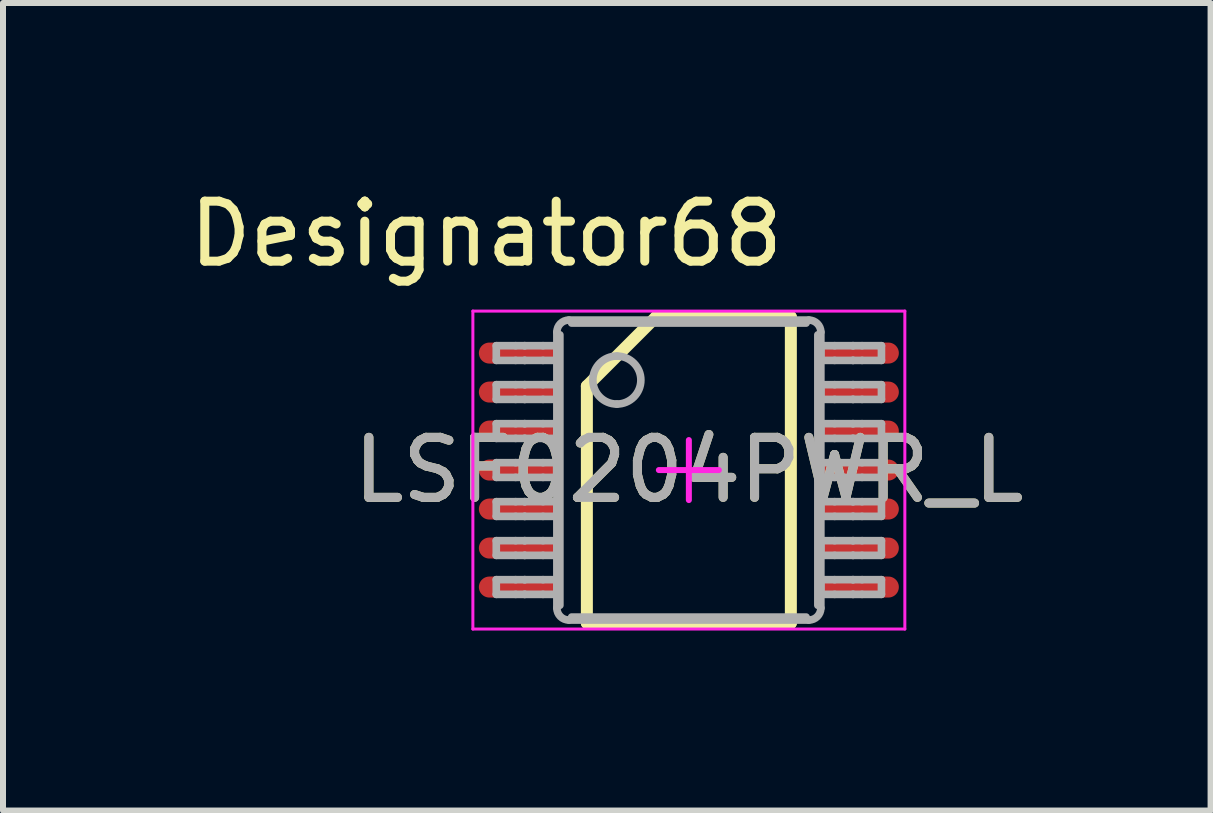
<source format=kicad_pcb>
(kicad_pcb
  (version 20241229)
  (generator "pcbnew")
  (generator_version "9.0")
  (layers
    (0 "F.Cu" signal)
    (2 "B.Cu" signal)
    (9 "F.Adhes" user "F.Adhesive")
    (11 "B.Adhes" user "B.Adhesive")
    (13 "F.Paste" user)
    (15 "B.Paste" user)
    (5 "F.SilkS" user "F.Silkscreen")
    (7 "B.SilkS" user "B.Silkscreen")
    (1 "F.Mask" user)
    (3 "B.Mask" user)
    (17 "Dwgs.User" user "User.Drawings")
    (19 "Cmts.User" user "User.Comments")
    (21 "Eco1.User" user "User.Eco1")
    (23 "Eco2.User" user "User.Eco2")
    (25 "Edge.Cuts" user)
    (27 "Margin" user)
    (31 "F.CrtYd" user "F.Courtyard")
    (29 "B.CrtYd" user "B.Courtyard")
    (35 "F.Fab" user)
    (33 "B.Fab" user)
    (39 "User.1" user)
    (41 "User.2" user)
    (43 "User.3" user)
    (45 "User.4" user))
  (footprint "LSF0204PWR_L"
    (layer "F.Cu")
    (at 8.432 4.785)
    (property "Reference" "LSF0204PWR_L" (at 0 0 0) (unlocked yes) (layer "F.SilkS") (effects (font (size 1 1) (thickness 0.15))))
    (attr smd)
    (fp_line (start -1.7 -1.4) (end -0.55 -2.55) (stroke (width 0.2) (type solid)) (layer "F.SilkS"))
    (fp_line (start -1.7 2.55) (end -1.7 -1.4) (stroke (width 0.2) (type solid)) (layer "F.SilkS"))
    (fp_line (start -1.7 2.55) (end 1.7 2.55) (stroke (width 0.2) (type solid)) (layer "F.SilkS"))
    (fp_line (start -0.55 -2.55) (end 1.7 -2.55) (stroke (width 0.2) (type solid)) (layer "F.SilkS"))
    (fp_line (start 1.7 2.55) (end 1.7 -2.55) (stroke (width 0.2) (type solid)) (layer "F.SilkS"))
    (fp_line (start -3.6 -2.65) (end 3.6 -2.65) (stroke (width 0.05) (type solid)) (layer "F.CrtYd"))
    (fp_line (start -3.6 2.65) (end -3.6 -2.65) (stroke (width 0.05) (type solid)) (layer "F.CrtYd"))
    (fp_line (start -3.6 2.65) (end 3.6 2.65) (stroke (width 0.05) (type solid)) (layer "F.CrtYd"))
    (fp_line (start -0.5 0) (end 0.5 0) (stroke (width 0.1) (type solid)) (layer "F.CrtYd"))
    (fp_line (start 0 0.5) (end 0 -0.5) (stroke (width 0.1) (type solid)) (layer "F.CrtYd"))
    (fp_line (start 3.6 2.65) (end 3.6 -2.65) (stroke (width 0.05) (type solid)) (layer "F.CrtYd"))
    (fp_line (start -3.21 -2.073) (end -2.887 -2.073) (stroke (width 0.127) (type solid)) (layer "F.Fab"))
    (fp_line (start -3.21 -1.828) (end -3.21 -2.073) (stroke (width 0.127) (type solid)) (layer "F.Fab"))
    (fp_line (start -3.21 -1.828) (end -2.887 -1.828) (stroke (width 0.127) (type solid)) (layer "F.Fab"))
    (fp_line (start -3.21 -1.423) (end -2.887 -1.423) (stroke (width 0.127) (type solid)) (layer "F.Fab"))
    (fp_line (start -3.21 -1.178) (end -3.21 -1.423) (stroke (width 0.127) (type solid)) (layer "F.Fab"))
    (fp_line (start -3.21 -1.178) (end -2.887 -1.178) (stroke (width 0.127) (type solid)) (layer "F.Fab"))
    (fp_line (start -3.21 -0.773) (end -2.887 -0.773) (stroke (width 0.127) (type solid)) (layer "F.Fab"))
    (fp_line (start -3.21 -0.528) (end -3.21 -0.773) (stroke (width 0.127) (type solid)) (layer "F.Fab"))
    (fp_line (start -3.21 -0.528) (end -2.887 -0.528) (stroke (width 0.127) (type solid)) (layer "F.Fab"))
    (fp_line (start -3.21 -0.123) (end -2.887 -0.123) (stroke (width 0.127) (type solid)) (layer "F.Fab"))
    (fp_line (start -3.21 0.122) (end -3.21 -0.123) (stroke (width 0.127) (type solid)) (layer "F.Fab"))
    (fp_line (start -3.21 0.122) (end -2.887 0.122) (stroke (width 0.127) (type solid)) (layer "F.Fab"))
    (fp_line (start -3.21 0.527) (end -2.887 0.527) (stroke (width 0.127) (type solid)) (layer "F.Fab"))
    (fp_line (start -3.21 0.772) (end -3.21 0.527) (stroke (width 0.127) (type solid)) (layer "F.Fab"))
    (fp_line (start -3.21 0.772) (end -2.887 0.772) (stroke (width 0.127) (type solid)) (layer "F.Fab"))
    (fp_line (start -3.21 1.177) (end -2.887 1.177) (stroke (width 0.127) (type solid)) (layer "F.Fab"))
    (fp_line (start -3.21 1.422) (end -3.21 1.177) (stroke (width 0.127) (type solid)) (layer "F.Fab"))
    (fp_line (start -3.21 1.422) (end -2.887 1.422) (stroke (width 0.127) (type solid)) (layer "F.Fab"))
    (fp_line (start -3.21 1.827) (end -2.887 1.827) (stroke (width 0.127) (type solid)) (layer "F.Fab"))
    (fp_line (start -3.21 2.072) (end -3.21 1.827) (stroke (width 0.127) (type solid)) (layer "F.Fab"))
    (fp_line (start -3.21 2.072) (end -2.887 2.072) (stroke (width 0.127) (type solid)) (layer "F.Fab"))
    (fp_line (start -2.887 -2.073) (end -2.739 -2.073) (stroke (width 0.127) (type solid)) (layer "F.Fab"))
    (fp_line (start -2.887 -1.828) (end -2.739 -1.828) (stroke (width 0.127) (type solid)) (layer "F.Fab"))
    (fp_line (start -2.887 -1.423) (end -2.739 -1.423) (stroke (width 0.127) (type solid)) (layer "F.Fab"))
    (fp_line (start -2.887 -1.178) (end -2.739 -1.178) (stroke (width 0.127) (type solid)) (layer "F.Fab"))
    (fp_line (start -2.887 -0.773) (end -2.739 -0.773) (stroke (width 0.127) (type solid)) (layer "F.Fab"))
    (fp_line (start -2.887 -0.528) (end -2.739 -0.528) (stroke (width 0.127) (type solid)) (layer "F.Fab"))
    (fp_line (start -2.887 -0.123) (end -2.739 -0.123) (stroke (width 0.127) (type solid)) (layer "F.Fab"))
    (fp_line (start -2.887 0.122) (end -2.739 0.122) (stroke (width 0.127) (type solid)) (layer "F.Fab"))
    (fp_line (start -2.887 0.527) (end -2.739 0.527) (stroke (width 0.127) (type solid)) (layer "F.Fab"))
    (fp_line (start -2.887 0.772) (end -2.739 0.772) (stroke (width 0.127) (type solid)) (layer "F.Fab"))
    (fp_line (start -2.887 1.177) (end -2.739 1.177) (stroke (width 0.127) (type solid)) (layer "F.Fab"))
    (fp_line (start -2.887 1.422) (end -2.739 1.422) (stroke (width 0.127) (type solid)) (layer "F.Fab"))
    (fp_line (start -2.887 1.827) (end -2.739 1.827) (stroke (width 0.127) (type solid)) (layer "F.Fab"))
    (fp_line (start -2.887 2.072) (end -2.739 2.072) (stroke (width 0.127) (type solid)) (layer "F.Fab"))
    (fp_line (start -2.739 -2.073) (end -2.733 -2.073) (stroke (width 0.127) (type solid)) (layer "F.Fab"))
    (fp_line (start -2.739 -1.828) (end -2.733 -1.828) (stroke (width 0.127) (type solid)) (layer "F.Fab"))
    (fp_line (start -2.739 -1.423) (end -2.733 -1.423) (stroke (width 0.127) (type solid)) (layer "F.Fab"))
    (fp_line (start -2.739 -1.178) (end -2.733 -1.178) (stroke (width 0.127) (type solid)) (layer "F.Fab"))
    (fp_line (start -2.739 -0.773) (end -2.733 -0.773) (stroke (width 0.127) (type solid)) (layer "F.Fab"))
    (fp_line (start -2.739 -0.528) (end -2.733 -0.528) (stroke (width 0.127) (type solid)) (layer "F.Fab"))
    (fp_line (start -2.739 -0.123) (end -2.733 -0.123) (stroke (width 0.127) (type solid)) (layer "F.Fab"))
    (fp_line (start -2.739 0.122) (end -2.733 0.122) (stroke (width 0.127) (type solid)) (layer "F.Fab"))
    (fp_line (start -2.739 0.527) (end -2.733 0.527) (stroke (width 0.127) (type solid)) (layer "F.Fab"))
    (fp_line (start -2.739 0.772) (end -2.733 0.772) (stroke (width 0.127) (type solid)) (layer "F.Fab"))
    (fp_line (start -2.739 1.177) (end -2.733 1.177) (stroke (width 0.127) (type solid)) (layer "F.Fab"))
    (fp_line (start -2.739 1.422) (end -2.733 1.422) (stroke (width 0.127) (type solid)) (layer "F.Fab"))
    (fp_line (start -2.739 1.827) (end -2.733 1.827) (stroke (width 0.127) (type solid)) (layer "F.Fab"))
    (fp_line (start -2.739 2.072) (end -2.733 2.072) (stroke (width 0.127) (type solid)) (layer "F.Fab"))
    (fp_line (start -2.733 -2.073) (end -2.431 -2.073) (stroke (width 0.127) (type solid)) (layer "F.Fab"))
    (fp_line (start -2.733 -1.828) (end -2.431 -1.828) (stroke (width 0.127) (type solid)) (layer "F.Fab"))
    (fp_line (start -2.733 -1.423) (end -2.431 -1.423) (stroke (width 0.127) (type solid)) (layer "F.Fab"))
    (fp_line (start -2.733 -1.178) (end -2.431 -1.178) (stroke (width 0.127) (type solid)) (layer "F.Fab"))
    (fp_line (start -2.733 -0.773) (end -2.431 -0.773) (stroke (width 0.127) (type solid)) (layer "F.Fab"))
    (fp_line (start -2.733 -0.528) (end -2.431 -0.528) (stroke (width 0.127) (type solid)) (layer "F.Fab"))
    (fp_line (start -2.733 -0.123) (end -2.431 -0.123) (stroke (width 0.127) (type solid)) (layer "F.Fab"))
    (fp_line (start -2.733 0.122) (end -2.431 0.122) (stroke (width 0.127) (type solid)) (layer "F.Fab"))
    (fp_line (start -2.733 0.527) (end -2.431 0.527) (stroke (width 0.127) (type solid)) (layer "F.Fab"))
    (fp_line (start -2.733 0.772) (end -2.431 0.772) (stroke (width 0.127) (type solid)) (layer "F.Fab"))
    (fp_line (start -2.733 1.177) (end -2.431 1.177) (stroke (width 0.127) (type solid)) (layer "F.Fab"))
    (fp_line (start -2.733 1.422) (end -2.431 1.422) (stroke (width 0.127) (type solid)) (layer "F.Fab"))
    (fp_line (start -2.733 1.827) (end -2.431 1.827) (stroke (width 0.127) (type solid)) (layer "F.Fab"))
    (fp_line (start -2.733 2.072) (end -2.431 2.072) (stroke (width 0.127) (type solid)) (layer "F.Fab"))
    (fp_line (start -2.431 -2.073) (end -2.2 -2.073) (stroke (width 0.127) (type solid)) (layer "F.Fab"))
    (fp_line (start -2.431 -1.828) (end -2.2 -1.828) (stroke (width 0.127) (type solid)) (layer "F.Fab"))
    (fp_line (start -2.431 -1.423) (end -2.2 -1.423) (stroke (width 0.127) (type solid)) (layer "F.Fab"))
    (fp_line (start -2.431 -1.178) (end -2.2 -1.178) (stroke (width 0.127) (type solid)) (layer "F.Fab"))
    (fp_line (start -2.431 -0.773) (end -2.2 -0.773) (stroke (width 0.127) (type solid)) (layer "F.Fab"))
    (fp_line (start -2.431 -0.528) (end -2.2 -0.528) (stroke (width 0.127) (type solid)) (layer "F.Fab"))
    (fp_line (start -2.431 -0.123) (end -2.2 -0.123) (stroke (width 0.127) (type solid)) (layer "F.Fab"))
    (fp_line (start -2.431 0.122) (end -2.2 0.122) (stroke (width 0.127) (type solid)) (layer "F.Fab"))
    (fp_line (start -2.431 0.527) (end -2.2 0.527) (stroke (width 0.127) (type solid)) (layer "F.Fab"))
    (fp_line (start -2.431 0.772) (end -2.2 0.772) (stroke (width 0.127) (type solid)) (layer "F.Fab"))
    (fp_line (start -2.431 1.177) (end -2.2 1.177) (stroke (width 0.127) (type solid)) (layer "F.Fab"))
    (fp_line (start -2.431 1.422) (end -2.2 1.422) (stroke (width 0.127) (type solid)) (layer "F.Fab"))
    (fp_line (start -2.431 1.827) (end -2.2 1.827) (stroke (width 0.127) (type solid)) (layer "F.Fab"))
    (fp_line (start -2.431 2.072) (end -2.2 2.072) (stroke (width 0.127) (type solid)) (layer "F.Fab"))
    (fp_line (start -2.2 -1.828) (end -2.2 -2.073) (stroke (width 0.127) (type solid)) (layer "F.Fab"))
    (fp_line (start -2.2 -1.178) (end -2.2 -1.423) (stroke (width 0.127) (type solid)) (layer "F.Fab"))
    (fp_line (start -2.2 -0.528) (end -2.2 -0.773) (stroke (width 0.127) (type solid)) (layer "F.Fab"))
    (fp_line (start -2.2 0.122) (end -2.2 -0.123) (stroke (width 0.127) (type solid)) (layer "F.Fab"))
    (fp_line (start -2.2 0.772) (end -2.2 0.527) (stroke (width 0.127) (type solid)) (layer "F.Fab"))
    (fp_line (start -2.2 1.422) (end -2.2 1.177) (stroke (width 0.127) (type solid)) (layer "F.Fab"))
    (fp_line (start -2.2 2.072) (end -2.2 1.827) (stroke (width 0.127) (type solid)) (layer "F.Fab"))
    (fp_line (start -2.2 2.3) (end -2.2 -2.3) (stroke (width 0.127) (type solid)) (layer "F.Fab"))
    (fp_line (start -2.15 2.254) (end -2.15 -2.254) (stroke (width 0.127) (type solid)) (layer "F.Fab"))
    (fp_line (start -2 -2.5) (end 2 -2.5) (stroke (width 0.127) (type solid)) (layer "F.Fab"))
    (fp_line (start -2 2.5) (end 2 2.5) (stroke (width 0.127) (type solid)) (layer "F.Fab"))
    (fp_line (start -1.954 -2.45) (end 1.954 -2.45) (stroke (width 0.127) (type solid)) (layer "F.Fab"))
    (fp_line (start -1.954 2.45) (end 1.954 2.45) (stroke (width 0.127) (type solid)) (layer "F.Fab"))
    (fp_line (start 2.15 2.254) (end 2.15 -2.254) (stroke (width 0.127) (type solid)) (layer "F.Fab"))
    (fp_line (start 2.2 -2.073) (end 2.43 -2.073) (stroke (width 0.127) (type solid)) (layer "F.Fab"))
    (fp_line (start 2.2 -1.828) (end 2.2 -2.073) (stroke (width 0.127) (type solid)) (layer "F.Fab"))
    (fp_line (start 2.2 -1.828) (end 2.43 -1.828) (stroke (width 0.127) (type solid)) (layer "F.Fab"))
    (fp_line (start 2.2 -1.423) (end 2.43 -1.423) (stroke (width 0.127) (type solid)) (layer "F.Fab"))
    (fp_line (start 2.2 -1.178) (end 2.2 -1.423) (stroke (width 0.127) (type solid)) (layer "F.Fab"))
    (fp_line (start 2.2 -1.178) (end 2.43 -1.178) (stroke (width 0.127) (type solid)) (layer "F.Fab"))
    (fp_line (start 2.2 -0.773) (end 2.43 -0.773) (stroke (width 0.127) (type solid)) (layer "F.Fab"))
    (fp_line (start 2.2 -0.528) (end 2.2 -0.773) (stroke (width 0.127) (type solid)) (layer "F.Fab"))
    (fp_line (start 2.2 -0.528) (end 2.43 -0.528) (stroke (width 0.127) (type solid)) (layer "F.Fab"))
    (fp_line (start 2.2 -0.123) (end 2.43 -0.123) (stroke (width 0.127) (type solid)) (layer "F.Fab"))
    (fp_line (start 2.2 0.122) (end 2.2 -0.123) (stroke (width 0.127) (type solid)) (layer "F.Fab"))
    (fp_line (start 2.2 0.122) (end 2.43 0.122) (stroke (width 0.127) (type solid)) (layer "F.Fab"))
    (fp_line (start 2.2 0.527) (end 2.43 0.527) (stroke (width 0.127) (type solid)) (layer "F.Fab"))
    (fp_line (start 2.2 0.772) (end 2.2 0.527) (stroke (width 0.127) (type solid)) (layer "F.Fab"))
    (fp_line (start 2.2 0.772) (end 2.43 0.772) (stroke (width 0.127) (type solid)) (layer "F.Fab"))
    (fp_line (start 2.2 1.177) (end 2.43 1.177) (stroke (width 0.127) (type solid)) (layer "F.Fab"))
    (fp_line (start 2.2 1.422) (end 2.2 1.177) (stroke (width 0.127) (type solid)) (layer "F.Fab"))
    (fp_line (start 2.2 1.422) (end 2.43 1.422) (stroke (width 0.127) (type solid)) (layer "F.Fab"))
    (fp_line (start 2.2 1.827) (end 2.43 1.827) (stroke (width 0.127) (type solid)) (layer "F.Fab"))
    (fp_line (start 2.2 2.072) (end 2.2 1.827) (stroke (width 0.127) (type solid)) (layer "F.Fab"))
    (fp_line (start 2.2 2.072) (end 2.43 2.072) (stroke (width 0.127) (type solid)) (layer "F.Fab"))
    (fp_line (start 2.2 2.3) (end 2.2 -2.3) (stroke (width 0.127) (type solid)) (layer "F.Fab"))
    (fp_line (start 2.43 -2.073) (end 2.733 -2.073) (stroke (width 0.127) (type solid)) (layer "F.Fab"))
    (fp_line (start 2.43 -1.828) (end 2.733 -1.828) (stroke (width 0.127) (type solid)) (layer "F.Fab"))
    (fp_line (start 2.43 -1.423) (end 2.733 -1.423) (stroke (width 0.127) (type solid)) (layer "F.Fab"))
    (fp_line (start 2.43 -1.178) (end 2.733 -1.178) (stroke (width 0.127) (type solid)) (layer "F.Fab"))
    (fp_line (start 2.43 -0.773) (end 2.733 -0.773) (stroke (width 0.127) (type solid)) (layer "F.Fab"))
    (fp_line (start 2.43 -0.528) (end 2.733 -0.528) (stroke (width 0.127) (type solid)) (layer "F.Fab"))
    (fp_line (start 2.43 -0.123) (end 2.733 -0.123) (stroke (width 0.127) (type solid)) (layer "F.Fab"))
    (fp_line (start 2.43 0.122) (end 2.733 0.122) (stroke (width 0.127) (type solid)) (layer "F.Fab"))
    (fp_line (start 2.43 0.527) (end 2.733 0.527) (stroke (width 0.127) (type solid)) (layer "F.Fab"))
    (fp_line (start 2.43 0.772) (end 2.733 0.772) (stroke (width 0.127) (type solid)) (layer "F.Fab"))
    (fp_line (start 2.43 1.177) (end 2.733 1.177) (stroke (width 0.127) (type solid)) (layer "F.Fab"))
    (fp_line (start 2.43 1.422) (end 2.733 1.422) (stroke (width 0.127) (type solid)) (layer "F.Fab"))
    (fp_line (start 2.43 1.827) (end 2.733 1.827) (stroke (width 0.127) (type solid)) (layer "F.Fab"))
    (fp_line (start 2.43 2.072) (end 2.733 2.072) (stroke (width 0.127) (type solid)) (layer "F.Fab"))
    (fp_line (start 2.733 -2.073) (end 2.739 -2.073) (stroke (width 0.127) (type solid)) (layer "F.Fab"))
    (fp_line (start 2.733 -1.828) (end 2.739 -1.828) (stroke (width 0.127) (type solid)) (layer "F.Fab"))
    (fp_line (start 2.733 -1.423) (end 2.739 -1.423) (stroke (width 0.127) (type solid)) (layer "F.Fab"))
    (fp_line (start 2.733 -1.178) (end 2.739 -1.178) (stroke (width 0.127) (type solid)) (layer "F.Fab"))
    (fp_line (start 2.733 -0.773) (end 2.739 -0.773) (stroke (width 0.127) (type solid)) (layer "F.Fab"))
    (fp_line (start 2.733 -0.528) (end 2.739 -0.528) (stroke (width 0.127) (type solid)) (layer "F.Fab"))
    (fp_line (start 2.733 -0.123) (end 2.739 -0.123) (stroke (width 0.127) (type solid)) (layer "F.Fab"))
    (fp_line (start 2.733 0.122) (end 2.739 0.122) (stroke (width 0.127) (type solid)) (layer "F.Fab"))
    (fp_line (start 2.733 0.527) (end 2.739 0.527) (stroke (width 0.127) (type solid)) (layer "F.Fab"))
    (fp_line (start 2.733 0.772) (end 2.739 0.772) (stroke (width 0.127) (type solid)) (layer "F.Fab"))
    (fp_line (start 2.733 1.177) (end 2.739 1.177) (stroke (width 0.127) (type solid)) (layer "F.Fab"))
    (fp_line (start 2.733 1.422) (end 2.739 1.422) (stroke (width 0.127) (type solid)) (layer "F.Fab"))
    (fp_line (start 2.733 1.827) (end 2.739 1.827) (stroke (width 0.127) (type solid)) (layer "F.Fab"))
    (fp_line (start 2.733 2.072) (end 2.739 2.072) (stroke (width 0.127) (type solid)) (layer "F.Fab"))
    (fp_line (start 2.739 -2.073) (end 2.887 -2.073) (stroke (width 0.127) (type solid)) (layer "F.Fab"))
    (fp_line (start 2.739 -1.828) (end 2.887 -1.828) (stroke (width 0.127) (type solid)) (layer "F.Fab"))
    (fp_line (start 2.739 -1.423) (end 2.887 -1.423) (stroke (width 0.127) (type solid)) (layer "F.Fab"))
    (fp_line (start 2.739 -1.178) (end 2.887 -1.178) (stroke (width 0.127) (type solid)) (layer "F.Fab"))
    (fp_line (start 2.739 -0.773) (end 2.887 -0.773) (stroke (width 0.127) (type solid)) (layer "F.Fab"))
    (fp_line (start 2.739 -0.528) (end 2.887 -0.528) (stroke (width 0.127) (type solid)) (layer "F.Fab"))
    (fp_line (start 2.739 -0.123) (end 2.887 -0.123) (stroke (width 0.127) (type solid)) (layer "F.Fab"))
    (fp_line (start 2.739 0.122) (end 2.887 0.122) (stroke (width 0.127) (type solid)) (layer "F.Fab"))
    (fp_line (start 2.739 0.527) (end 2.887 0.527) (stroke (width 0.127) (type solid)) (layer "F.Fab"))
    (fp_line (start 2.739 0.772) (end 2.887 0.772) (stroke (width 0.127) (type solid)) (layer "F.Fab"))
    (fp_line (start 2.739 1.177) (end 2.887 1.177) (stroke (width 0.127) (type solid)) (layer "F.Fab"))
    (fp_line (start 2.739 1.422) (end 2.887 1.422) (stroke (width 0.127) (type solid)) (layer "F.Fab"))
    (fp_line (start 2.739 1.827) (end 2.887 1.827) (stroke (width 0.127) (type solid)) (layer "F.Fab"))
    (fp_line (start 2.739 2.072) (end 2.887 2.072) (stroke (width 0.127) (type solid)) (layer "F.Fab"))
    (fp_line (start 2.887 -2.073) (end 3.21 -2.073) (stroke (width 0.127) (type solid)) (layer "F.Fab"))
    (fp_line (start 2.887 -1.828) (end 3.21 -1.828) (stroke (width 0.127) (type solid)) (layer "F.Fab"))
    (fp_line (start 2.887 -1.423) (end 3.21 -1.423) (stroke (width 0.127) (type solid)) (layer "F.Fab"))
    (fp_line (start 2.887 -1.178) (end 3.21 -1.178) (stroke (width 0.127) (type solid)) (layer "F.Fab"))
    (fp_line (start 2.887 -0.773) (end 3.21 -0.773) (stroke (width 0.127) (type solid)) (layer "F.Fab"))
    (fp_line (start 2.887 -0.528) (end 3.21 -0.528) (stroke (width 0.127) (type solid)) (layer "F.Fab"))
    (fp_line (start 2.887 -0.123) (end 3.21 -0.123) (stroke (width 0.127) (type solid)) (layer "F.Fab"))
    (fp_line (start 2.887 0.122) (end 3.21 0.122) (stroke (width 0.127) (type solid)) (layer "F.Fab"))
    (fp_line (start 2.887 0.527) (end 3.21 0.527) (stroke (width 0.127) (type solid)) (layer "F.Fab"))
    (fp_line (start 2.887 0.772) (end 3.21 0.772) (stroke (width 0.127) (type solid)) (layer "F.Fab"))
    (fp_line (start 2.887 1.177) (end 3.21 1.177) (stroke (width 0.127) (type solid)) (layer "F.Fab"))
    (fp_line (start 2.887 1.422) (end 3.21 1.422) (stroke (width 0.127) (type solid)) (layer "F.Fab"))
    (fp_line (start 2.887 1.827) (end 3.21 1.827) (stroke (width 0.127) (type solid)) (layer "F.Fab"))
    (fp_line (start 2.887 2.072) (end 3.21 2.072) (stroke (width 0.127) (type solid)) (layer "F.Fab"))
    (fp_line (start 3.21 -1.828) (end 3.21 -2.073) (stroke (width 0.127) (type solid)) (layer "F.Fab"))
    (fp_line (start 3.21 -1.178) (end 3.21 -1.423) (stroke (width 0.127) (type solid)) (layer "F.Fab"))
    (fp_line (start 3.21 -0.528) (end 3.21 -0.773) (stroke (width 0.127) (type solid)) (layer "F.Fab"))
    (fp_line (start 3.21 0.122) (end 3.21 -0.123) (stroke (width 0.127) (type solid)) (layer "F.Fab"))
    (fp_line (start 3.21 0.772) (end 3.21 0.527) (stroke (width 0.127) (type solid)) (layer "F.Fab"))
    (fp_line (start 3.21 1.422) (end 3.21 1.177) (stroke (width 0.127) (type solid)) (layer "F.Fab"))
    (fp_line (start 3.21 2.072) (end 3.21 1.827) (stroke (width 0.127) (type solid)) (layer "F.Fab"))
    (fp_arc (start -2.200001 -2.3) (mid -2.141422 -2.441421) (end -2.000001 -2.5) (stroke (width 0.127) (type solid)) (layer "F.Fab"))
    (fp_arc (start -2.000001 2.49999) (mid -2.141422 2.441412) (end -2.200001 2.29999) (stroke (width 0.127) (type solid)) (layer "F.Fab"))
    (fp_arc (start -1.200003 -1.900001) (mid -0.800003 -1.500002) (end -1.200003 -1.100003) (stroke (width 0.127) (type solid)) (layer "F.Fab"))
    (fp_arc (start -1.200003 -1.100003) (mid -1.600002 -1.500002) (end -1.200003 -1.900001) (stroke (width 0.127) (type solid)) (layer "F.Fab"))
    (fp_arc (start 1.999991 -2.5) (mid 2.141412 -2.441422) (end 2.199991 -2.3) (stroke (width 0.127) (type solid)) (layer "F.Fab"))
    (fp_arc (start 2.199991 2.29999) (mid 2.141412 2.441411) (end 1.999991 2.49999) (stroke (width 0.127) (type solid)) (layer "F.Fab"))
    (fp_text user "Designator68" (at -3.378 -3.937 0) (unlocked yes) (layer "F.SilkS") (effects (font (size 1 1) (thickness 0.15))))
    (fp_text user "${REFERENCE}" (at 0 0 0) (unlocked yes) (layer "F.Fab") (effects (font (size 1 1) (thickness 0.15))))
    (pad "1" smd oval (at -2.8 -1.95 90) (size 0.35 1.4) (layers "F.Cu" "F.Mask" "F.Paste"))
    (pad "2" smd oval (at -2.8 -1.3 90) (size 0.35 1.4) (layers "F.Cu" "F.Mask" "F.Paste"))
    (pad "3" smd oval (at -2.8 -0.65 90) (size 0.35 1.4) (layers "F.Cu" "F.Mask" "F.Paste"))
    (pad "4" smd oval (at -2.8 0 90) (size 0.35 1.4) (layers "F.Cu" "F.Mask" "F.Paste"))
    (pad "5" smd oval (at -2.8 0.65 90) (size 0.35 1.4) (layers "F.Cu" "F.Mask" "F.Paste"))
    (pad "6" smd oval (at -2.8 1.3 90) (size 0.35 1.4) (layers "F.Cu" "F.Mask" "F.Paste"))
    (pad "7" smd oval (at -2.8 1.95 90) (size 0.35 1.4) (layers "F.Cu" "F.Mask" "F.Paste"))
    (pad "8" smd oval (at 2.8 1.95 90) (size 0.35 1.4) (layers "F.Cu" "F.Mask" "F.Paste"))
    (pad "9" smd oval (at 2.8 1.3 90) (size 0.35 1.4) (layers "F.Cu" "F.Mask" "F.Paste"))
    (pad "10" smd oval (at 2.8 0.65 90) (size 0.35 1.4) (layers "F.Cu" "F.Mask" "F.Paste"))
    (pad "11" smd oval (at 2.8 0 90) (size 0.35 1.4) (layers "F.Cu" "F.Mask" "F.Paste"))
    (pad "12" smd oval (at 2.8 -0.65 90) (size 0.35 1.4) (layers "F.Cu" "F.Mask" "F.Paste"))
    (pad "13" smd oval (at 2.8 -1.3 90) (size 0.35 1.4) (layers "F.Cu" "F.Mask" "F.Paste"))
    (pad "14" smd oval (at 2.8 -1.95 90) (size 0.35 1.4) (layers "F.Cu" "F.Mask" "F.Paste")))
  (gr_rect
    (start -3 -3)
    (end 17.128 10.46)
    (stroke (width 0.1) (type default))
    (fill no)
    (layer "Edge.Cuts")))
</source>
